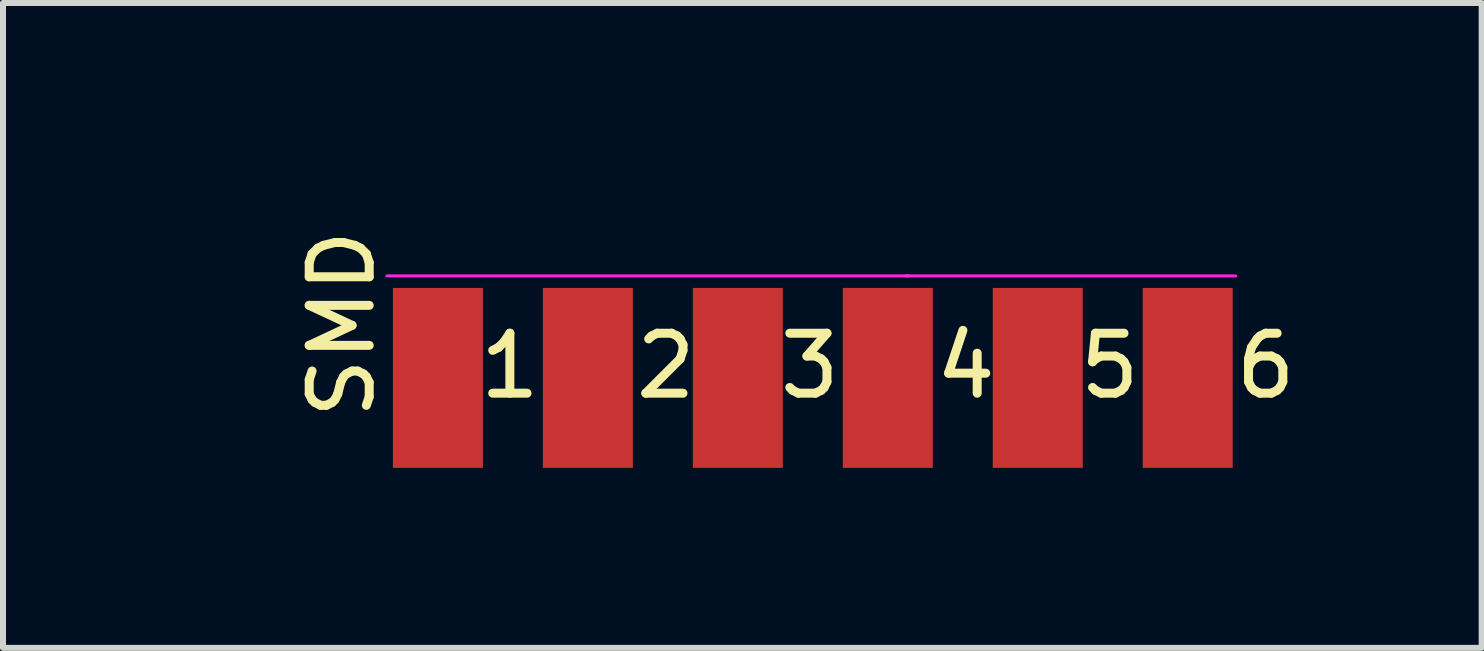
<source format=kicad_pcb>
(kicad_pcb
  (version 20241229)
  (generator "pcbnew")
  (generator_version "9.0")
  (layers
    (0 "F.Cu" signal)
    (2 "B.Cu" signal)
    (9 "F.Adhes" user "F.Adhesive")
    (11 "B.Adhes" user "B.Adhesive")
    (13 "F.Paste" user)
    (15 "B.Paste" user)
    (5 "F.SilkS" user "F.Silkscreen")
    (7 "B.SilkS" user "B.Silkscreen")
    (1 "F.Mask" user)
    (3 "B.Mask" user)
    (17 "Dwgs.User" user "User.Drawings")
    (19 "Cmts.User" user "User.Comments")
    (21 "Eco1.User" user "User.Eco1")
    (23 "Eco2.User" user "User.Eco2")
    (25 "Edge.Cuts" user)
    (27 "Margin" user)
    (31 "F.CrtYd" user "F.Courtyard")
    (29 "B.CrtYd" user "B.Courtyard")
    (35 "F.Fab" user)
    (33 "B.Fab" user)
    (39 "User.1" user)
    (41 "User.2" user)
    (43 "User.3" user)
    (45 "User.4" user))
  (footprint "SMD"
    (layer "F.Cu")
    (at 0.25 0.25)
    (property "Reference" "SMD" (at 2.4 2.1 90) (layer "F.SilkS") (effects (font (size 1 1) (thickness 0.15))))
    (attr smd)
    (fp_line (start 3.15 1.3) (end 11.85 1.3) (stroke (width 0.05) (type solid)) (layer "F.CrtYd"))
    (fp_line (start 11.8 1.3) (end 17.3 1.3) (stroke (width 0.05) (type solid)) (layer "F.CrtYd"))
    (fp_text user "3" (at 10.2 2.8 0) (layer "F.SilkS") (effects (font (size 1 1) (thickness 0.15))))
    (fp_text user "5" (at 15.2 2.8 0) (layer "F.SilkS") (effects (font (size 1 1) (thickness 0.15))))
    (fp_text user "2" (at 7.8 2.8 0) (layer "F.SilkS") (effects (font (size 1 1) (thickness 0.15))))
    (fp_text user "6" (at 17.8 2.8 0) (layer "F.SilkS") (effects (font (size 1 1) (thickness 0.15))))
    (fp_text user "1" (at 5.2 2.8 0) (layer "F.SilkS") (effects (font (size 1 1) (thickness 0.15))))
    (fp_text user "4" (at 12.8 2.8 0) (layer "F.SilkS") (effects (font (size 1 1) (thickness 0.15))))
    (pad "1" smd rect (at 4 3) (size 1.5 3) (layers "F.Cu" "F.Mask" "F.Paste"))
    (pad "2" smd rect (at 6.5 3) (size 1.5 3) (layers "F.Cu" "F.Mask" "F.Paste"))
    (pad "3" smd rect (at 9 3) (size 1.5 3) (layers "F.Cu" "F.Mask" "F.Paste"))
    (pad "4" smd rect (at 11.5 3) (size 1.5 3) (layers "F.Cu" "F.Mask" "F.Paste"))
    (pad "5" smd rect (at 14 3) (size 1.5 3) (layers "F.Cu" "F.Mask" "F.Paste"))
    (pad "6" smd rect (at 16.5 3) (size 1.5 3) (layers "F.Cu" "F.Mask" "F.Paste")))
  (gr_rect
    (start -3 -3)
    (end 21.651 7.75)
    (stroke (width 0.1) (type default))
    (fill no)
    (layer "Edge.Cuts")))
</source>
